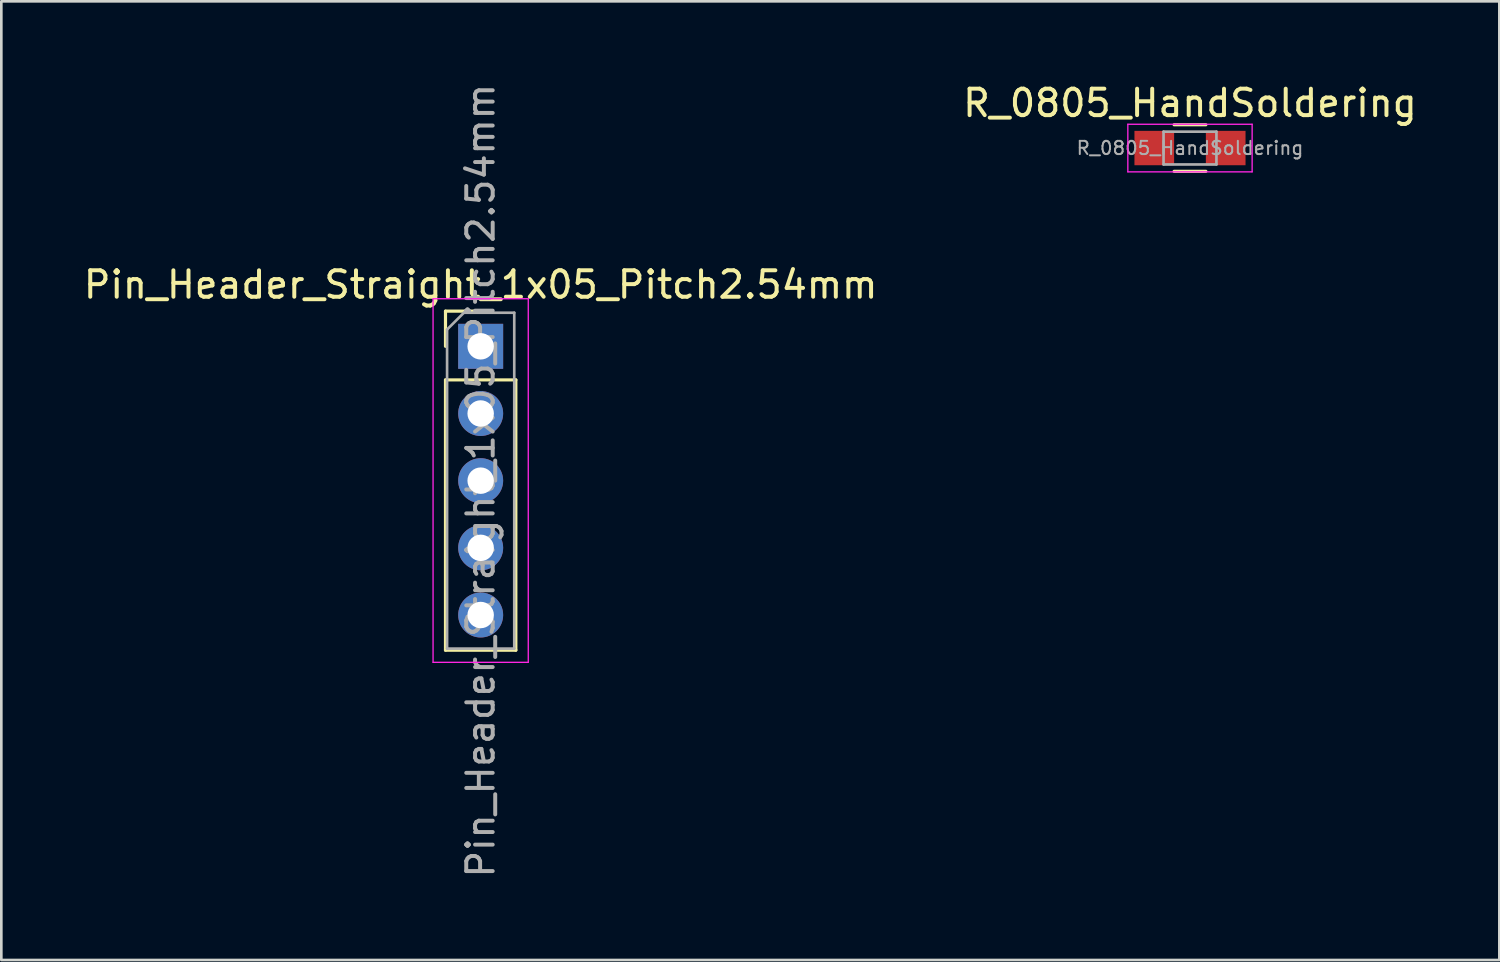
<source format=kicad_pcb>
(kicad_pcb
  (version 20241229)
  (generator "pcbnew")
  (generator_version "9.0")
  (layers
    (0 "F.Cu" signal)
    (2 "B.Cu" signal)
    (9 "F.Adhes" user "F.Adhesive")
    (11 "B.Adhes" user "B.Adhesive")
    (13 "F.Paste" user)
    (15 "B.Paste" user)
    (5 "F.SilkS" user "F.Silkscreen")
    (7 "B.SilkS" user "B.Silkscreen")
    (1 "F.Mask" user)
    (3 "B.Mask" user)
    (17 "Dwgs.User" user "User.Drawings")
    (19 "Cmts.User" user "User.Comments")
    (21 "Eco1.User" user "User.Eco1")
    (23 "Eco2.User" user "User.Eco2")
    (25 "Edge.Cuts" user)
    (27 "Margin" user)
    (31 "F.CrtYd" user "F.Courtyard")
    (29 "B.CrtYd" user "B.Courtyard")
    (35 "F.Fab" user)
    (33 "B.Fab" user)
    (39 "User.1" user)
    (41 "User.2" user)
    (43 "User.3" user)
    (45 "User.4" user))
  (footprint "R_0805_HandSoldering"
    (layer "F.Cu")
    (at 41.946 2.548)
    (property "Reference" "R_0805_HandSoldering" (at 0 -1.7 0) (layer "F.SilkS") (effects (font (size 1 1) (thickness 0.15))))
    (attr smd)
    (fp_line (start -0.6 -0.88) (end 0.6 -0.88) (stroke (width 0.12) (type solid)) (layer "F.SilkS"))
    (fp_line (start 0.6 0.88) (end -0.6 0.88) (stroke (width 0.12) (type solid)) (layer "F.SilkS"))
    (fp_line (start -2.35 -0.9) (end -2.35 0.9) (stroke (width 0.05) (type solid)) (layer "F.CrtYd"))
    (fp_line (start -2.35 -0.9) (end 2.35 -0.9) (stroke (width 0.05) (type solid)) (layer "F.CrtYd"))
    (fp_line (start 2.35 0.9) (end -2.35 0.9) (stroke (width 0.05) (type solid)) (layer "F.CrtYd"))
    (fp_line (start 2.35 0.9) (end 2.35 -0.9) (stroke (width 0.05) (type solid)) (layer "F.CrtYd"))
    (fp_line (start -1 -0.62) (end 1 -0.62) (stroke (width 0.1) (type solid)) (layer "F.Fab"))
    (fp_line (start -1 0.62) (end -1 -0.62) (stroke (width 0.1) (type solid)) (layer "F.Fab"))
    (fp_line (start 1 -0.62) (end 1 0.62) (stroke (width 0.1) (type solid)) (layer "F.Fab"))
    (fp_line (start 1 0.62) (end -1 0.62) (stroke (width 0.1) (type solid)) (layer "F.Fab"))
    (fp_text user "${REFERENCE}" (at 0 0 0) (layer "F.Fab") (effects (font (size 0.5 0.5) (thickness 0.075))))
    (pad "1" smd rect (at -1.35 0) (size 1.5 1.3) (layers "F.Cu" "F.Mask" "F.Paste"))
    (pad "2" smd rect (at 1.35 0) (size 1.5 1.3) (layers "F.Cu" "F.Mask" "F.Paste")))
  (footprint "Pin_Header_Straight_1x05_Pitch2.54mm"
    (layer "F.Cu")
    (at 15.125 10.045)
    (property "Reference" "Pin_Header_Straight_1x05_Pitch2.54mm" (at 0 -2.33 0) (layer "F.SilkS") (effects (font (size 1 1) (thickness 0.15))))
    (attr through_hole)
    (fp_line (start -1.33 -1.33) (end 0 -1.33) (stroke (width 0.12) (type solid)) (layer "F.SilkS"))
    (fp_line (start -1.33 0) (end -1.33 -1.33) (stroke (width 0.12) (type solid)) (layer "F.SilkS"))
    (fp_line (start -1.33 1.27) (end -1.33 11.49) (stroke (width 0.12) (type solid)) (layer "F.SilkS"))
    (fp_line (start -1.33 1.27) (end 1.33 1.27) (stroke (width 0.12) (type solid)) (layer "F.SilkS"))
    (fp_line (start -1.33 11.49) (end 1.33 11.49) (stroke (width 0.12) (type solid)) (layer "F.SilkS"))
    (fp_line (start 1.33 1.27) (end 1.33 11.49) (stroke (width 0.12) (type solid)) (layer "F.SilkS"))
    (fp_line (start -1.8 -1.8) (end -1.8 11.95) (stroke (width 0.05) (type solid)) (layer "F.CrtYd"))
    (fp_line (start -1.8 11.95) (end 1.8 11.95) (stroke (width 0.05) (type solid)) (layer "F.CrtYd"))
    (fp_line (start 1.8 -1.8) (end -1.8 -1.8) (stroke (width 0.05) (type solid)) (layer "F.CrtYd"))
    (fp_line (start 1.8 11.95) (end 1.8 -1.8) (stroke (width 0.05) (type solid)) (layer "F.CrtYd"))
    (fp_line (start -1.27 -0.635) (end -0.635 -1.27) (stroke (width 0.1) (type solid)) (layer "F.Fab"))
    (fp_line (start -1.27 11.43) (end -1.27 -0.635) (stroke (width 0.1) (type solid)) (layer "F.Fab"))
    (fp_line (start -0.635 -1.27) (end 1.27 -1.27) (stroke (width 0.1) (type solid)) (layer "F.Fab"))
    (fp_line (start 1.27 -1.27) (end 1.27 11.43) (stroke (width 0.1) (type solid)) (layer "F.Fab"))
    (fp_line (start 1.27 11.43) (end -1.27 11.43) (stroke (width 0.1) (type solid)) (layer "F.Fab"))
    (fp_text user "${REFERENCE}" (at 0 5.08 90) (layer "F.Fab") (effects (font (size 1 1) (thickness 0.15))))
    (pad "1" thru_hole rect (at 0 0) (size 1.7 1.7) (drill 1) (layers "*.Cu" "*.Mask"))
    (pad "2" thru_hole oval (at 0 2.54) (size 1.7 1.7) (drill 1) (layers "*.Cu" "*.Mask"))
    (pad "3" thru_hole oval (at 0 5.08) (size 1.7 1.7) (drill 1) (layers "*.Cu" "*.Mask"))
    (pad "4" thru_hole oval (at 0 7.62) (size 1.7 1.7) (drill 1) (layers "*.Cu" "*.Mask"))
    (pad "5" thru_hole oval (at 0 10.16) (size 1.7 1.7) (drill 1) (layers "*.Cu" "*.Mask")))
  (gr_rect
    (start -3 -3)
    (end 53.643 33.25)
    (stroke (width 0.1) (type default))
    (fill no)
    (layer "Edge.Cuts")))
</source>
